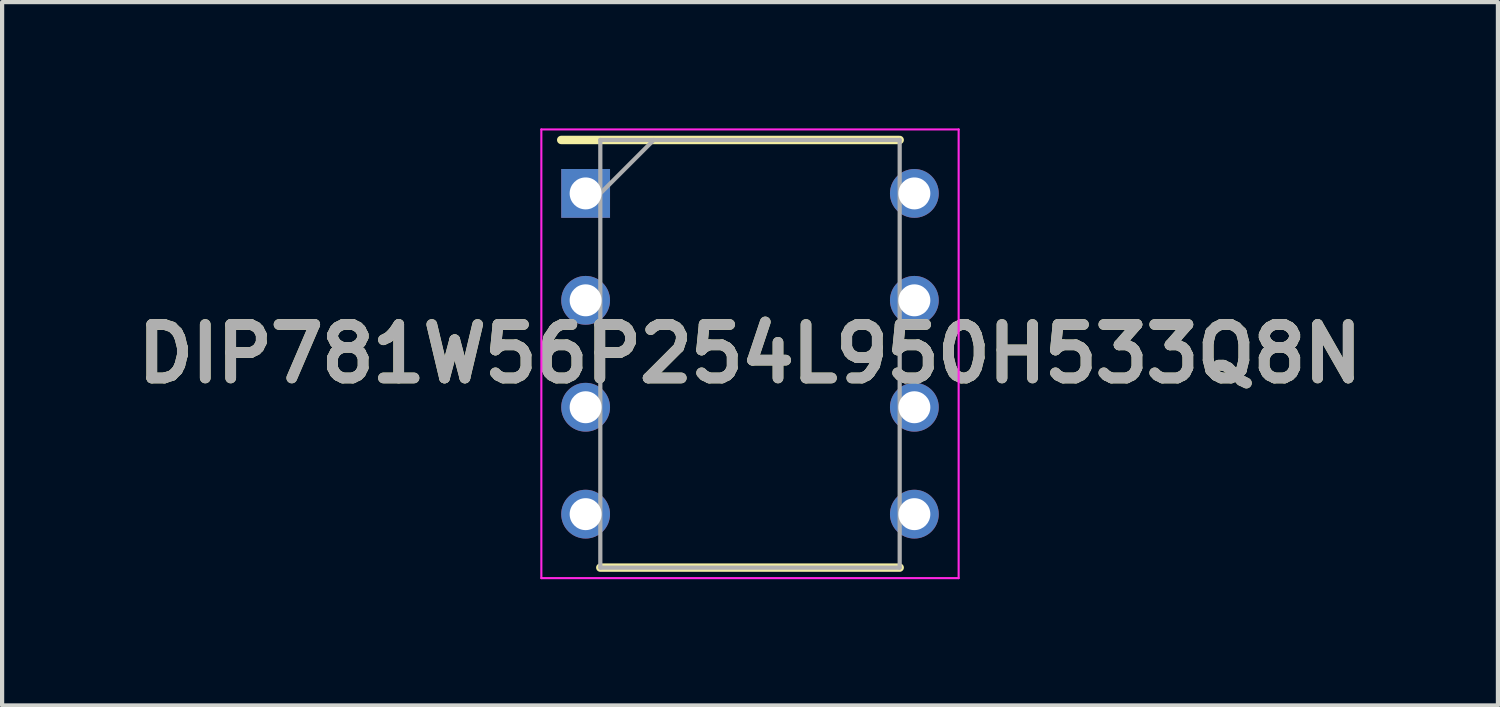
<source format=kicad_pcb>
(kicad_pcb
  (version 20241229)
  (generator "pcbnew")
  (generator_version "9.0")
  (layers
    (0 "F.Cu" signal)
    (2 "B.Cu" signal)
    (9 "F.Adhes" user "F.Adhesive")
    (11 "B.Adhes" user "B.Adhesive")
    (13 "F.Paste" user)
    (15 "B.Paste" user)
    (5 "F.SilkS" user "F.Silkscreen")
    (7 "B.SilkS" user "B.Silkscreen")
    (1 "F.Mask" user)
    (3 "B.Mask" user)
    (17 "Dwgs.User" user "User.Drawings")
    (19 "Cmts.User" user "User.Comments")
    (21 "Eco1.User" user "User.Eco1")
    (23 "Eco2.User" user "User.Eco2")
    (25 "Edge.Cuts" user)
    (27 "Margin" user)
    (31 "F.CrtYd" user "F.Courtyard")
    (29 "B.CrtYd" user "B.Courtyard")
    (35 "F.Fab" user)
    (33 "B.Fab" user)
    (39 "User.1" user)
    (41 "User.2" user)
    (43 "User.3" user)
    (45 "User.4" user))
  (footprint "DIP781W56P254L950H533Q8N"
    (layer "F.Cu")
    (at 14.768 5.355)
    (property "Reference" "DIP781W56P254L950H533Q8N" (at 0 0 0) (layer "F.SilkS") (effects (font (size 1.27 1.27) (thickness 0.254))))
    (attr through_hole)
    (fp_line (start -4.485 -5.08) (end 3.556 -5.08) (stroke (width 0.2) (type solid)) (layer "F.SilkS"))
    (fp_line (start -3.556 5.08) (end 3.556 5.08) (stroke (width 0.2) (type solid)) (layer "F.SilkS"))
    (fp_line (start -4.957 -5.33) (end 4.957 -5.33) (stroke (width 0.05) (type solid)) (layer "F.CrtYd"))
    (fp_line (start -4.957 5.33) (end -4.957 -5.33) (stroke (width 0.05) (type solid)) (layer "F.CrtYd"))
    (fp_line (start 4.957 -5.33) (end 4.957 5.33) (stroke (width 0.05) (type solid)) (layer "F.CrtYd"))
    (fp_line (start 4.957 5.33) (end -4.957 5.33) (stroke (width 0.05) (type solid)) (layer "F.CrtYd"))
    (fp_line (start -3.556 -5.08) (end 3.556 -5.08) (stroke (width 0.1) (type solid)) (layer "F.Fab"))
    (fp_line (start -3.556 -3.81) (end -2.286 -5.08) (stroke (width 0.1) (type solid)) (layer "F.Fab"))
    (fp_line (start -3.556 5.08) (end -3.556 -5.08) (stroke (width 0.1) (type solid)) (layer "F.Fab"))
    (fp_line (start 3.556 -5.08) (end 3.556 5.08) (stroke (width 0.1) (type solid)) (layer "F.Fab"))
    (fp_line (start 3.556 5.08) (end -3.556 5.08) (stroke (width 0.1) (type solid)) (layer "F.Fab"))
    (fp_text user "${REFERENCE}" (at 0 0 0) (layer "F.Fab") (effects (font (size 1.27 1.27) (thickness 0.254))))
    (pad "1" thru_hole rect (at -3.905 -3.81) (size 1.159 1.159) (drill 0.759) (layers "*.Cu" "*.Mask"))
    (pad "2" thru_hole circle (at -3.905 -1.27) (size 1.159 1.159) (drill 0.759) (layers "*.Cu" "*.Mask"))
    (pad "3" thru_hole circle (at -3.905 1.27) (size 1.159 1.159) (drill 0.759) (layers "*.Cu" "*.Mask"))
    (pad "4" thru_hole circle (at -3.905 3.81) (size 1.159 1.159) (drill 0.759) (layers "*.Cu" "*.Mask"))
    (pad "5" thru_hole circle (at 3.905 3.81) (size 1.159 1.159) (drill 0.759) (layers "*.Cu" "*.Mask"))
    (pad "6" thru_hole circle (at 3.905 1.27) (size 1.159 1.159) (drill 0.759) (layers "*.Cu" "*.Mask"))
    (pad "7" thru_hole circle (at 3.905 -1.27) (size 1.159 1.159) (drill 0.759) (layers "*.Cu" "*.Mask"))
    (pad "8" thru_hole circle (at 3.905 -3.81) (size 1.159 1.159) (drill 0.759) (layers "*.Cu" "*.Mask")))
  (gr_rect
    (start -3 -3)
    (end 32.537 13.71)
    (stroke (width 0.1) (type default))
    (fill no)
    (layer "Edge.Cuts")))
</source>
